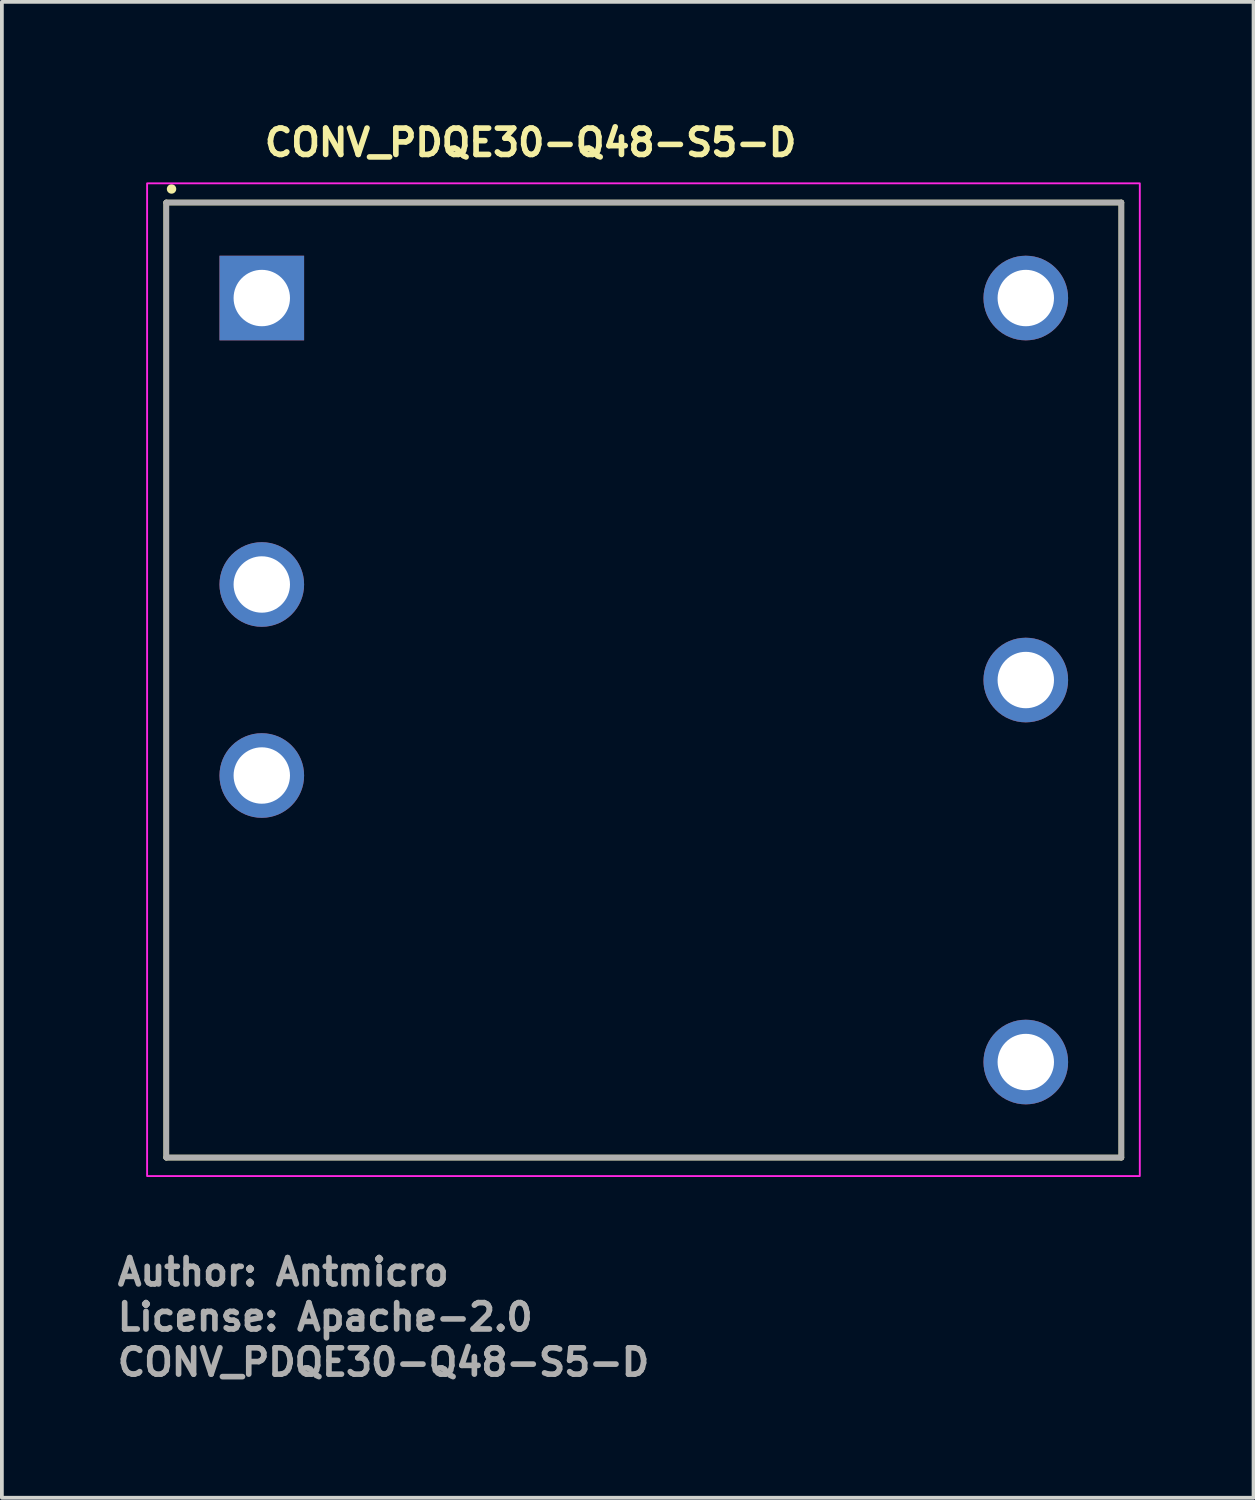
<source format=kicad_pcb>
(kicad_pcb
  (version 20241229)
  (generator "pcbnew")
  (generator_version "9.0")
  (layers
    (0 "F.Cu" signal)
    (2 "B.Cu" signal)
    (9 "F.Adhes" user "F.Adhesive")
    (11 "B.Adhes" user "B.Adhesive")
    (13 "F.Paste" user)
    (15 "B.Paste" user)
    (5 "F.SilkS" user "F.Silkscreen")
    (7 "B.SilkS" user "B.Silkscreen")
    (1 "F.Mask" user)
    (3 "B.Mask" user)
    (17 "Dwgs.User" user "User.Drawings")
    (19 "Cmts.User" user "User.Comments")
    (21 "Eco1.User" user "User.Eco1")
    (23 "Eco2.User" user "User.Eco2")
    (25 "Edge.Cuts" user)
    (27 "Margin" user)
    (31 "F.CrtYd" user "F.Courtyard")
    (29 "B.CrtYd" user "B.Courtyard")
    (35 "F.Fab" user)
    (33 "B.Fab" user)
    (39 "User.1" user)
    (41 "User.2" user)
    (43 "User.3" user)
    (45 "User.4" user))
  (footprint "CONV_PDQE30-Q48-S5-D"
    (layer "F.Cu")
    (at 3.912 4.876)
    (property "Reference" "CONV_PDQE30-Q48-S5-D" (at 0 -3.726 0) (layer "F.SilkS") (effects (font (size 0.7 0.7) (thickness 0.15)) (justify left bottom)))
    (attr through_hole)
    (fp_line (start -2.54 -2.54) (end 22.859 -2.54) (stroke (width 0.15) (type solid)) (layer "F.SilkS"))
    (fp_line (start -2.54 22.859) (end -2.54 -2.54) (stroke (width 0.15) (type solid)) (layer "F.SilkS"))
    (fp_line (start 22.859 -2.54) (end 22.859 22.859) (stroke (width 0.15) (type solid)) (layer "F.SilkS"))
    (fp_line (start 22.859 22.859) (end -2.54 22.859) (stroke (width 0.15) (type solid)) (layer "F.SilkS"))
    (fp_circle (center -2.4 -2.9) (end -2.35 -2.9) (stroke (width 0.15) (type solid)) (fill yes) (layer "F.SilkS"))
    (fp_rect (start -3.05 -3.05) (end 23.35 23.35) (stroke (width 0.05) (type solid)) (fill no) (layer "F.CrtYd"))
    (fp_line (start -2.54 -2.54) (end 22.859 -2.54) (stroke (width 0.15) (type solid)) (layer "F.Fab"))
    (fp_line (start -2.54 22.859) (end -2.54 -2.54) (stroke (width 0.15) (type solid)) (layer "F.Fab"))
    (fp_line (start 22.859 -2.54) (end 22.859 22.859) (stroke (width 0.15) (type solid)) (layer "F.Fab"))
    (fp_line (start 22.859 22.859) (end -2.54 22.859) (stroke (width 0.15) (type solid)) (layer "F.Fab"))
    (fp_rect (start -2.54 -2.54) (end 22.859 22.859) (stroke (width 0.1) (type solid)) (fill no) (layer "User.5"))
    (fp_rect (start -2.54 -2.54) (end 22.859 22.859) (stroke (width 0.1) (type solid)) (fill no) (layer "User.5"))
    (fp_rect (start -2.54 -2.54) (end 22.859 22.859) (stroke (width 0.1) (type solid)) (fill no) (layer "User.5"))
    (fp_line (start -2.54 -2.182) (end -2.54 -2.161) (stroke (width 0.02) (type solid)) (layer "User.9"))
    (fp_line (start -2.54 -2.161) (end -2.54 -2.141) (stroke (width 0.02) (type solid)) (layer "User.9"))
    (fp_line (start -2.54 22.46) (end -2.54 -2.141) (stroke (width 0.02) (type solid)) (layer "User.9"))
    (fp_line (start -2.54 22.46) (end -2.54 22.478) (stroke (width 0.02) (type solid)) (layer "User.9"))
    (fp_line (start -2.54 22.478) (end -2.54 22.498) (stroke (width 0.02) (type solid)) (layer "User.9"))
    (fp_line (start -2.54 22.498) (end -2.536 22.518) (stroke (width 0.02) (type solid)) (layer "User.9"))
    (fp_line (start -2.536 -2.202) (end -2.54 -2.182) (stroke (width 0.02) (type solid)) (layer "User.9"))
    (fp_line (start -2.536 22.518) (end -2.532 22.539) (stroke (width 0.02) (type solid)) (layer "User.9"))
    (fp_line (start -2.532 -2.222) (end -2.536 -2.202) (stroke (width 0.02) (type solid)) (layer "User.9"))
    (fp_line (start -2.532 22.539) (end -2.528 22.559) (stroke (width 0.02) (type solid)) (layer "User.9"))
    (fp_line (start -2.528 -2.242) (end -2.532 -2.222) (stroke (width 0.02) (type solid)) (layer "User.9"))
    (fp_line (start -2.528 22.559) (end -2.524 22.577) (stroke (width 0.02) (type solid)) (layer "User.9"))
    (fp_line (start -2.524 -2.259) (end -2.528 -2.242) (stroke (width 0.02) (type solid)) (layer "User.9"))
    (fp_line (start -2.524 22.577) (end -2.516 22.597) (stroke (width 0.02) (type solid)) (layer "User.9"))
    (fp_line (start -2.516 -2.278) (end -2.524 -2.259) (stroke (width 0.02) (type solid)) (layer "User.9"))
    (fp_line (start -2.516 22.597) (end -2.509 22.614) (stroke (width 0.02) (type solid)) (layer "User.9"))
    (fp_line (start -2.509 -2.298) (end -2.516 -2.278) (stroke (width 0.02) (type solid)) (layer "User.9"))
    (fp_line (start -2.509 22.614) (end -2.501 22.632) (stroke (width 0.02) (type solid)) (layer "User.9"))
    (fp_line (start -2.501 -2.315) (end -2.509 -2.298) (stroke (width 0.02) (type solid)) (layer "User.9"))
    (fp_line (start -2.501 22.632) (end -2.492 22.649) (stroke (width 0.02) (type solid)) (layer "User.9"))
    (fp_line (start -2.492 -2.331) (end -2.501 -2.315) (stroke (width 0.02) (type solid)) (layer "User.9"))
    (fp_line (start -2.492 22.649) (end -2.484 22.667) (stroke (width 0.02) (type solid)) (layer "User.9"))
    (fp_line (start -2.484 -2.348) (end -2.492 -2.331) (stroke (width 0.02) (type solid)) (layer "User.9"))
    (fp_line (start -2.484 22.667) (end -2.472 22.681) (stroke (width 0.02) (type solid)) (layer "User.9"))
    (fp_line (start -2.472 -2.364) (end -2.484 -2.348) (stroke (width 0.02) (type solid)) (layer "User.9"))
    (fp_line (start -2.472 22.681) (end -2.461 22.699) (stroke (width 0.02) (type solid)) (layer "User.9"))
    (fp_line (start -2.461 -2.38) (end -2.472 -2.364) (stroke (width 0.02) (type solid)) (layer "User.9"))
    (fp_line (start -2.461 22.699) (end -2.449 22.713) (stroke (width 0.02) (type solid)) (layer "User.9"))
    (fp_line (start -2.449 -2.395) (end -2.461 -2.38) (stroke (width 0.02) (type solid)) (layer "User.9"))
    (fp_line (start -2.449 22.713) (end -2.437 22.728) (stroke (width 0.02) (type solid)) (layer "User.9"))
    (fp_line (start -2.437 -2.411) (end -2.449 -2.395) (stroke (width 0.02) (type solid)) (layer "User.9"))
    (fp_line (start -2.437 22.728) (end -2.423 22.742) (stroke (width 0.02) (type solid)) (layer "User.9"))
    (fp_line (start -2.423 -2.423) (end -2.437 -2.411) (stroke (width 0.02) (type solid)) (layer "User.9"))
    (fp_line (start -2.423 22.742) (end -2.411 22.754) (stroke (width 0.02) (type solid)) (layer "User.9"))
    (fp_line (start -2.411 -2.437) (end -2.423 -2.423) (stroke (width 0.02) (type solid)) (layer "User.9"))
    (fp_line (start -2.411 22.754) (end -2.395 22.768) (stroke (width 0.02) (type solid)) (layer "User.9"))
    (fp_line (start -2.395 -2.449) (end -2.411 -2.437) (stroke (width 0.02) (type solid)) (layer "User.9"))
    (fp_line (start -2.395 22.768) (end -2.38 22.78) (stroke (width 0.02) (type solid)) (layer "User.9"))
    (fp_line (start -2.38 -2.461) (end -2.395 -2.449) (stroke (width 0.02) (type solid)) (layer "User.9"))
    (fp_line (start -2.38 22.78) (end -2.364 22.789) (stroke (width 0.02) (type solid)) (layer "User.9"))
    (fp_line (start -2.364 -2.472) (end -2.38 -2.461) (stroke (width 0.02) (type solid)) (layer "User.9"))
    (fp_line (start -2.364 22.789) (end -2.348 22.8) (stroke (width 0.02) (type solid)) (layer "User.9"))
    (fp_line (start -2.348 -2.484) (end -2.364 -2.472) (stroke (width 0.02) (type solid)) (layer "User.9"))
    (fp_line (start -2.348 22.8) (end -2.331 22.809) (stroke (width 0.02) (type solid)) (layer "User.9"))
    (fp_line (start -2.331 -2.492) (end -2.348 -2.484) (stroke (width 0.02) (type solid)) (layer "User.9"))
    (fp_line (start -2.331 22.809) (end -2.315 22.818) (stroke (width 0.02) (type solid)) (layer "User.9"))
    (fp_line (start -2.315 -2.501) (end -2.331 -2.492) (stroke (width 0.02) (type solid)) (layer "User.9"))
    (fp_line (start -2.315 22.818) (end -2.298 22.827) (stroke (width 0.02) (type solid)) (layer "User.9"))
    (fp_line (start -2.298 -2.509) (end -2.315 -2.501) (stroke (width 0.02) (type solid)) (layer "User.9"))
    (fp_line (start -2.298 22.827) (end -2.278 22.835) (stroke (width 0.02) (type solid)) (layer "User.9"))
    (fp_line (start -2.278 -2.516) (end -2.298 -2.509) (stroke (width 0.02) (type solid)) (layer "User.9"))
    (fp_line (start -2.278 22.835) (end -2.259 22.841) (stroke (width 0.02) (type solid)) (layer "User.9"))
    (fp_line (start -2.259 -2.524) (end -2.278 -2.516) (stroke (width 0.02) (type solid)) (layer "User.9"))
    (fp_line (start -2.259 22.841) (end -2.242 22.847) (stroke (width 0.02) (type solid)) (layer "User.9"))
    (fp_line (start -2.242 -2.528) (end -2.259 -2.524) (stroke (width 0.02) (type solid)) (layer "User.9"))
    (fp_line (start -2.242 22.847) (end -2.222 22.85) (stroke (width 0.02) (type solid)) (layer "User.9"))
    (fp_line (start -2.222 -2.532) (end -2.242 -2.528) (stroke (width 0.02) (type solid)) (layer "User.9"))
    (fp_line (start -2.222 22.85) (end -2.202 22.853) (stroke (width 0.02) (type solid)) (layer "User.9"))
    (fp_line (start -2.202 -2.536) (end -2.222 -2.532) (stroke (width 0.02) (type solid)) (layer "User.9"))
    (fp_line (start -2.202 22.853) (end -2.182 22.856) (stroke (width 0.02) (type solid)) (layer "User.9"))
    (fp_line (start -2.182 -2.54) (end -2.202 -2.536) (stroke (width 0.02) (type solid)) (layer "User.9"))
    (fp_line (start -2.182 22.856) (end -2.161 22.859) (stroke (width 0.02) (type solid)) (layer "User.9"))
    (fp_line (start -2.161 -2.54) (end -2.182 -2.54) (stroke (width 0.02) (type solid)) (layer "User.9"))
    (fp_line (start -2.161 22.859) (end -2.141 22.859) (stroke (width 0.02) (type solid)) (layer "User.9"))
    (fp_line (start -2.141 -2.54) (end -2.161 -2.54) (stroke (width 0.02) (type solid)) (layer "User.9"))
    (fp_line (start -2.141 -2.54) (end 22.46 -2.54) (stroke (width 0.02) (type solid)) (layer "User.9"))
    (fp_line (start 22.46 -2.54) (end 22.478 -2.54) (stroke (width 0.02) (type solid)) (layer "User.9"))
    (fp_line (start 22.46 22.859) (end -2.141 22.859) (stroke (width 0.02) (type solid)) (layer "User.9"))
    (fp_line (start 22.46 22.859) (end 22.478 22.859) (stroke (width 0.02) (type solid)) (layer "User.9"))
    (fp_line (start 22.478 -2.54) (end 22.498 -2.54) (stroke (width 0.02) (type solid)) (layer "User.9"))
    (fp_line (start 22.478 22.859) (end 22.498 22.856) (stroke (width 0.02) (type solid)) (layer "User.9"))
    (fp_line (start 22.498 -2.54) (end 22.518 -2.536) (stroke (width 0.02) (type solid)) (layer "User.9"))
    (fp_line (start 22.498 22.856) (end 22.518 22.853) (stroke (width 0.02) (type solid)) (layer "User.9"))
    (fp_line (start 22.518 -2.536) (end 22.539 -2.532) (stroke (width 0.02) (type solid)) (layer "User.9"))
    (fp_line (start 22.518 22.853) (end 22.539 22.85) (stroke (width 0.02) (type solid)) (layer "User.9"))
    (fp_line (start 22.539 -2.532) (end 22.559 -2.528) (stroke (width 0.02) (type solid)) (layer "User.9"))
    (fp_line (start 22.539 22.85) (end 22.559 22.847) (stroke (width 0.02) (type solid)) (layer "User.9"))
    (fp_line (start 22.559 -2.528) (end 22.577 -2.524) (stroke (width 0.02) (type solid)) (layer "User.9"))
    (fp_line (start 22.559 22.847) (end 22.577 22.841) (stroke (width 0.02) (type solid)) (layer "User.9"))
    (fp_line (start 22.577 -2.524) (end 22.597 -2.516) (stroke (width 0.02) (type solid)) (layer "User.9"))
    (fp_line (start 22.577 22.841) (end 22.597 22.835) (stroke (width 0.02) (type solid)) (layer "User.9"))
    (fp_line (start 22.597 -2.516) (end 22.614 -2.509) (stroke (width 0.02) (type solid)) (layer "User.9"))
    (fp_line (start 22.597 22.835) (end 22.614 22.827) (stroke (width 0.02) (type solid)) (layer "User.9"))
    (fp_line (start 22.614 -2.509) (end 22.632 -2.501) (stroke (width 0.02) (type solid)) (layer "User.9"))
    (fp_line (start 22.614 22.827) (end 22.632 22.818) (stroke (width 0.02) (type solid)) (layer "User.9"))
    (fp_line (start 22.632 -2.501) (end 22.649 -2.492) (stroke (width 0.02) (type solid)) (layer "User.9"))
    (fp_line (start 22.632 22.818) (end 22.649 22.809) (stroke (width 0.02) (type solid)) (layer "User.9"))
    (fp_line (start 22.649 -2.492) (end 22.667 -2.484) (stroke (width 0.02) (type solid)) (layer "User.9"))
    (fp_line (start 22.649 22.809) (end 22.667 22.8) (stroke (width 0.02) (type solid)) (layer "User.9"))
    (fp_line (start 22.667 -2.484) (end 22.681 -2.472) (stroke (width 0.02) (type solid)) (layer "User.9"))
    (fp_line (start 22.667 22.8) (end 22.681 22.789) (stroke (width 0.02) (type solid)) (layer "User.9"))
    (fp_line (start 22.681 -2.472) (end 22.699 -2.461) (stroke (width 0.02) (type solid)) (layer "User.9"))
    (fp_line (start 22.681 22.789) (end 22.699 22.78) (stroke (width 0.02) (type solid)) (layer "User.9"))
    (fp_line (start 22.699 -2.461) (end 22.713 -2.449) (stroke (width 0.02) (type solid)) (layer "User.9"))
    (fp_line (start 22.699 22.78) (end 22.713 22.768) (stroke (width 0.02) (type solid)) (layer "User.9"))
    (fp_line (start 22.713 -2.449) (end 22.728 -2.437) (stroke (width 0.02) (type solid)) (layer "User.9"))
    (fp_line (start 22.713 22.768) (end 22.728 22.754) (stroke (width 0.02) (type solid)) (layer "User.9"))
    (fp_line (start 22.728 -2.437) (end 22.742 -2.423) (stroke (width 0.02) (type solid)) (layer "User.9"))
    (fp_line (start 22.728 22.754) (end 22.742 22.742) (stroke (width 0.02) (type solid)) (layer "User.9"))
    (fp_line (start 22.742 -2.423) (end 22.754 -2.411) (stroke (width 0.02) (type solid)) (layer "User.9"))
    (fp_line (start 22.742 22.742) (end 22.754 22.728) (stroke (width 0.02) (type solid)) (layer "User.9"))
    (fp_line (start 22.754 -2.411) (end 22.768 -2.395) (stroke (width 0.02) (type solid)) (layer "User.9"))
    (fp_line (start 22.754 22.728) (end 22.768 22.713) (stroke (width 0.02) (type solid)) (layer "User.9"))
    (fp_line (start 22.768 -2.395) (end 22.78 -2.38) (stroke (width 0.02) (type solid)) (layer "User.9"))
    (fp_line (start 22.768 22.713) (end 22.78 22.699) (stroke (width 0.02) (type solid)) (layer "User.9"))
    (fp_line (start 22.78 -2.38) (end 22.789 -2.364) (stroke (width 0.02) (type solid)) (layer "User.9"))
    (fp_line (start 22.78 22.699) (end 22.789 22.681) (stroke (width 0.02) (type solid)) (layer "User.9"))
    (fp_line (start 22.789 -2.364) (end 22.8 -2.348) (stroke (width 0.02) (type solid)) (layer "User.9"))
    (fp_line (start 22.789 22.681) (end 22.8 22.667) (stroke (width 0.02) (type solid)) (layer "User.9"))
    (fp_line (start 22.8 -2.348) (end 22.809 -2.331) (stroke (width 0.02) (type solid)) (layer "User.9"))
    (fp_line (start 22.8 22.667) (end 22.809 22.649) (stroke (width 0.02) (type solid)) (layer "User.9"))
    (fp_line (start 22.809 -2.331) (end 22.818 -2.315) (stroke (width 0.02) (type solid)) (layer "User.9"))
    (fp_line (start 22.809 22.649) (end 22.818 22.632) (stroke (width 0.02) (type solid)) (layer "User.9"))
    (fp_line (start 22.818 -2.315) (end 22.827 -2.298) (stroke (width 0.02) (type solid)) (layer "User.9"))
    (fp_line (start 22.818 22.632) (end 22.827 22.614) (stroke (width 0.02) (type solid)) (layer "User.9"))
    (fp_line (start 22.827 -2.298) (end 22.835 -2.278) (stroke (width 0.02) (type solid)) (layer "User.9"))
    (fp_line (start 22.827 22.614) (end 22.835 22.597) (stroke (width 0.02) (type solid)) (layer "User.9"))
    (fp_line (start 22.835 -2.278) (end 22.841 -2.259) (stroke (width 0.02) (type solid)) (layer "User.9"))
    (fp_line (start 22.835 22.597) (end 22.841 22.577) (stroke (width 0.02) (type solid)) (layer "User.9"))
    (fp_line (start 22.841 -2.259) (end 22.847 -2.242) (stroke (width 0.02) (type solid)) (layer "User.9"))
    (fp_line (start 22.841 22.577) (end 22.847 22.559) (stroke (width 0.02) (type solid)) (layer "User.9"))
    (fp_line (start 22.847 -2.242) (end 22.85 -2.222) (stroke (width 0.02) (type solid)) (layer "User.9"))
    (fp_line (start 22.847 22.559) (end 22.85 22.539) (stroke (width 0.02) (type solid)) (layer "User.9"))
    (fp_line (start 22.85 -2.222) (end 22.853 -2.202) (stroke (width 0.02) (type solid)) (layer "User.9"))
    (fp_line (start 22.85 22.539) (end 22.853 22.518) (stroke (width 0.02) (type solid)) (layer "User.9"))
    (fp_line (start 22.853 -2.202) (end 22.856 -2.182) (stroke (width 0.02) (type solid)) (layer "User.9"))
    (fp_line (start 22.853 22.518) (end 22.856 22.498) (stroke (width 0.02) (type solid)) (layer "User.9"))
    (fp_line (start 22.856 -2.182) (end 22.859 -2.161) (stroke (width 0.02) (type solid)) (layer "User.9"))
    (fp_line (start 22.856 22.498) (end 22.859 22.478) (stroke (width 0.02) (type solid)) (layer "User.9"))
    (fp_line (start 22.859 -2.161) (end 22.859 -2.141) (stroke (width 0.02) (type solid)) (layer "User.9"))
    (fp_line (start 22.859 -2.141) (end 22.859 22.46) (stroke (width 0.02) (type solid)) (layer "User.9"))
    (fp_line (start 22.859 22.478) (end 22.859 22.46) (stroke (width 0.02) (type solid)) (layer "User.9"))
    (fp_text user "License: Apache-2.0" (at -3.912 27.51 0) (layer "F.Fab") (effects (font (size 0.7 0.7) (thickness 0.15)) (justify left bottom)))
    (fp_text user "Author: Antmicro" (at -3.912 26.312 0) (layer "F.Fab") (effects (font (size 0.7 0.7) (thickness 0.15)) (justify left bottom)))
    (fp_text user "${REFERENCE}" (at -3.912 28.711 0) (layer "F.Fab") (effects (font (size 0.7 0.7) (thickness 0.15)) (justify left bottom)))
    (pad "1" thru_hole rect (at 0 0) (size 2.25 2.25) (drill 1.5) (layers "*.Cu" "*.Mask"))
    (pad "2" thru_hole circle (at 0 7.618) (size 2.25 2.25) (drill 1.5) (layers "*.Cu" "*.Mask"))
    (pad "3" thru_hole circle (at 0 12.698) (size 2.25 2.25) (drill 1.5) (layers "*.Cu" "*.Mask"))
    (pad "4" thru_hole circle (at 20.318 20.318) (size 2.25 2.25) (drill 1.5) (layers "*.Cu" "*.Mask"))
    (pad "5" thru_hole circle (at 20.318 10.159) (size 2.25 2.25) (drill 1.5) (layers "*.Cu" "*.Mask"))
    (pad "6" thru_hole circle (at 20.318 0) (size 2.25 2.25) (drill 1.5) (layers "*.Cu" "*.Mask")))
  (gr_rect
    (start -3 -3)
    (end 30.287 36.782)
    (stroke (width 0.1) (type default))
    (fill no)
    (layer "Edge.Cuts")))
</source>
